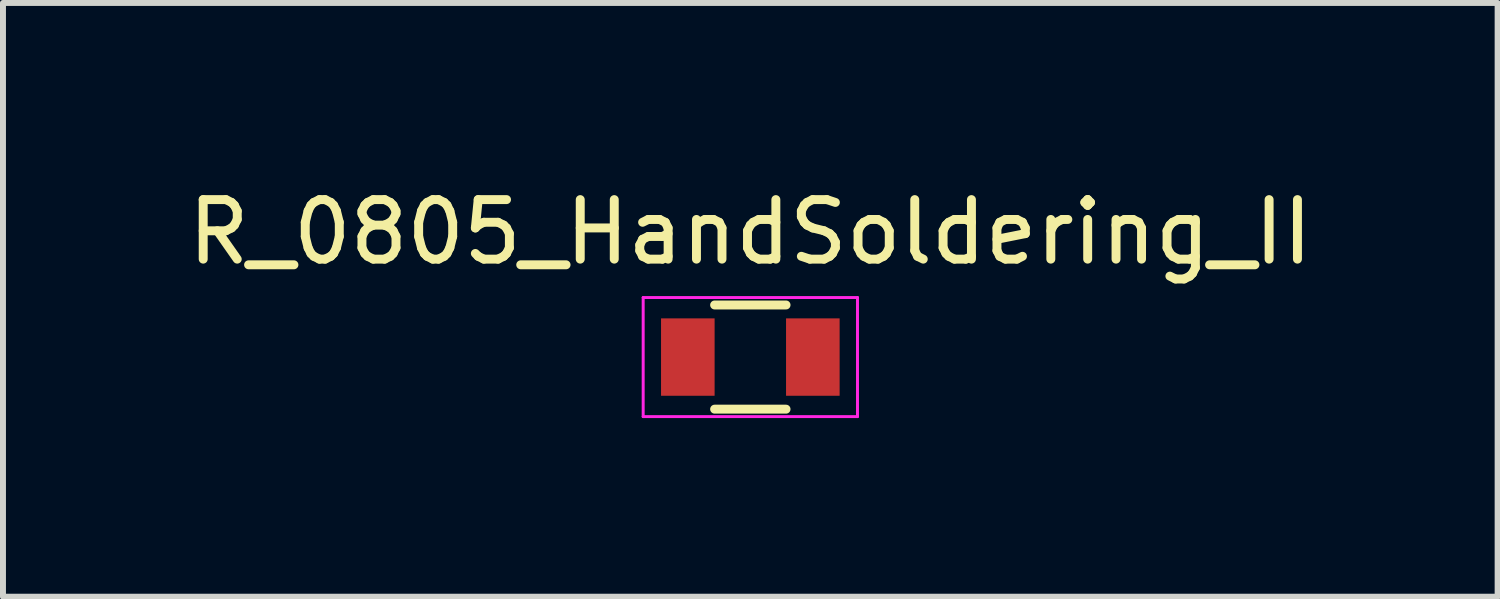
<source format=kicad_pcb>
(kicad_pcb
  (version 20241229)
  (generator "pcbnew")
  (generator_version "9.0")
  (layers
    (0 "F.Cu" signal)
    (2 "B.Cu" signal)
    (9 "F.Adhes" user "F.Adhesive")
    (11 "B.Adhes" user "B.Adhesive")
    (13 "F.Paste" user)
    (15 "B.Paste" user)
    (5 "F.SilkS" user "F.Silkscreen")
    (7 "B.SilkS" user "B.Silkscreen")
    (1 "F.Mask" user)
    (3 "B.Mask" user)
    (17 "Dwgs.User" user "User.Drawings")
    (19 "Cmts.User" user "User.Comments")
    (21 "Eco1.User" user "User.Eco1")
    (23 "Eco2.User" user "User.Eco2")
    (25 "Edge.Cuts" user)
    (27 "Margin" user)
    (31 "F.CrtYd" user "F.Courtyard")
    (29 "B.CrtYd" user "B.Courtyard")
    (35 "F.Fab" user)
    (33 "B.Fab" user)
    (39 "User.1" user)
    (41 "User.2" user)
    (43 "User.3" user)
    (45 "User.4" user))
  (footprint "R_0805_HandSoldering_II"
    (layer "F.Cu")
    (at 9.554 2.948)
    (property "Reference" "R_0805_HandSoldering_II" (at 0 -2.1 0) (layer "F.SilkS") (effects (font (size 1 1) (thickness 0.15))))
    (attr smd)
    (fp_line (start -0.6 -0.875) (end 0.6 -0.875) (stroke (width 0.15) (type solid)) (layer "F.SilkS"))
    (fp_line (start 0.6 0.875) (end -0.6 0.875) (stroke (width 0.15) (type solid)) (layer "F.SilkS"))
    (fp_line (start -1.8 -1) (end -1.8 1) (stroke (width 0.05) (type solid)) (layer "F.CrtYd"))
    (fp_line (start -1.8 -1) (end 1.8 -1) (stroke (width 0.05) (type solid)) (layer "F.CrtYd"))
    (fp_line (start -1.8 1) (end 1.8 1) (stroke (width 0.05) (type solid)) (layer "F.CrtYd"))
    (fp_line (start 1.8 -1) (end 1.8 1) (stroke (width 0.05) (type solid)) (layer "F.CrtYd"))
    (pad "1" smd rect (at -1.05 0) (size 0.9 1.3) (layers "F.Cu" "F.Mask" "F.Paste"))
    (pad "2" smd rect (at 1.05 0) (size 0.9 1.3) (layers "F.Cu" "F.Mask" "F.Paste")))
  (gr_rect
    (start -3 -3)
    (end 22.107 6.973)
    (stroke (width 0.1) (type default))
    (fill no)
    (layer "Edge.Cuts")))
</source>
